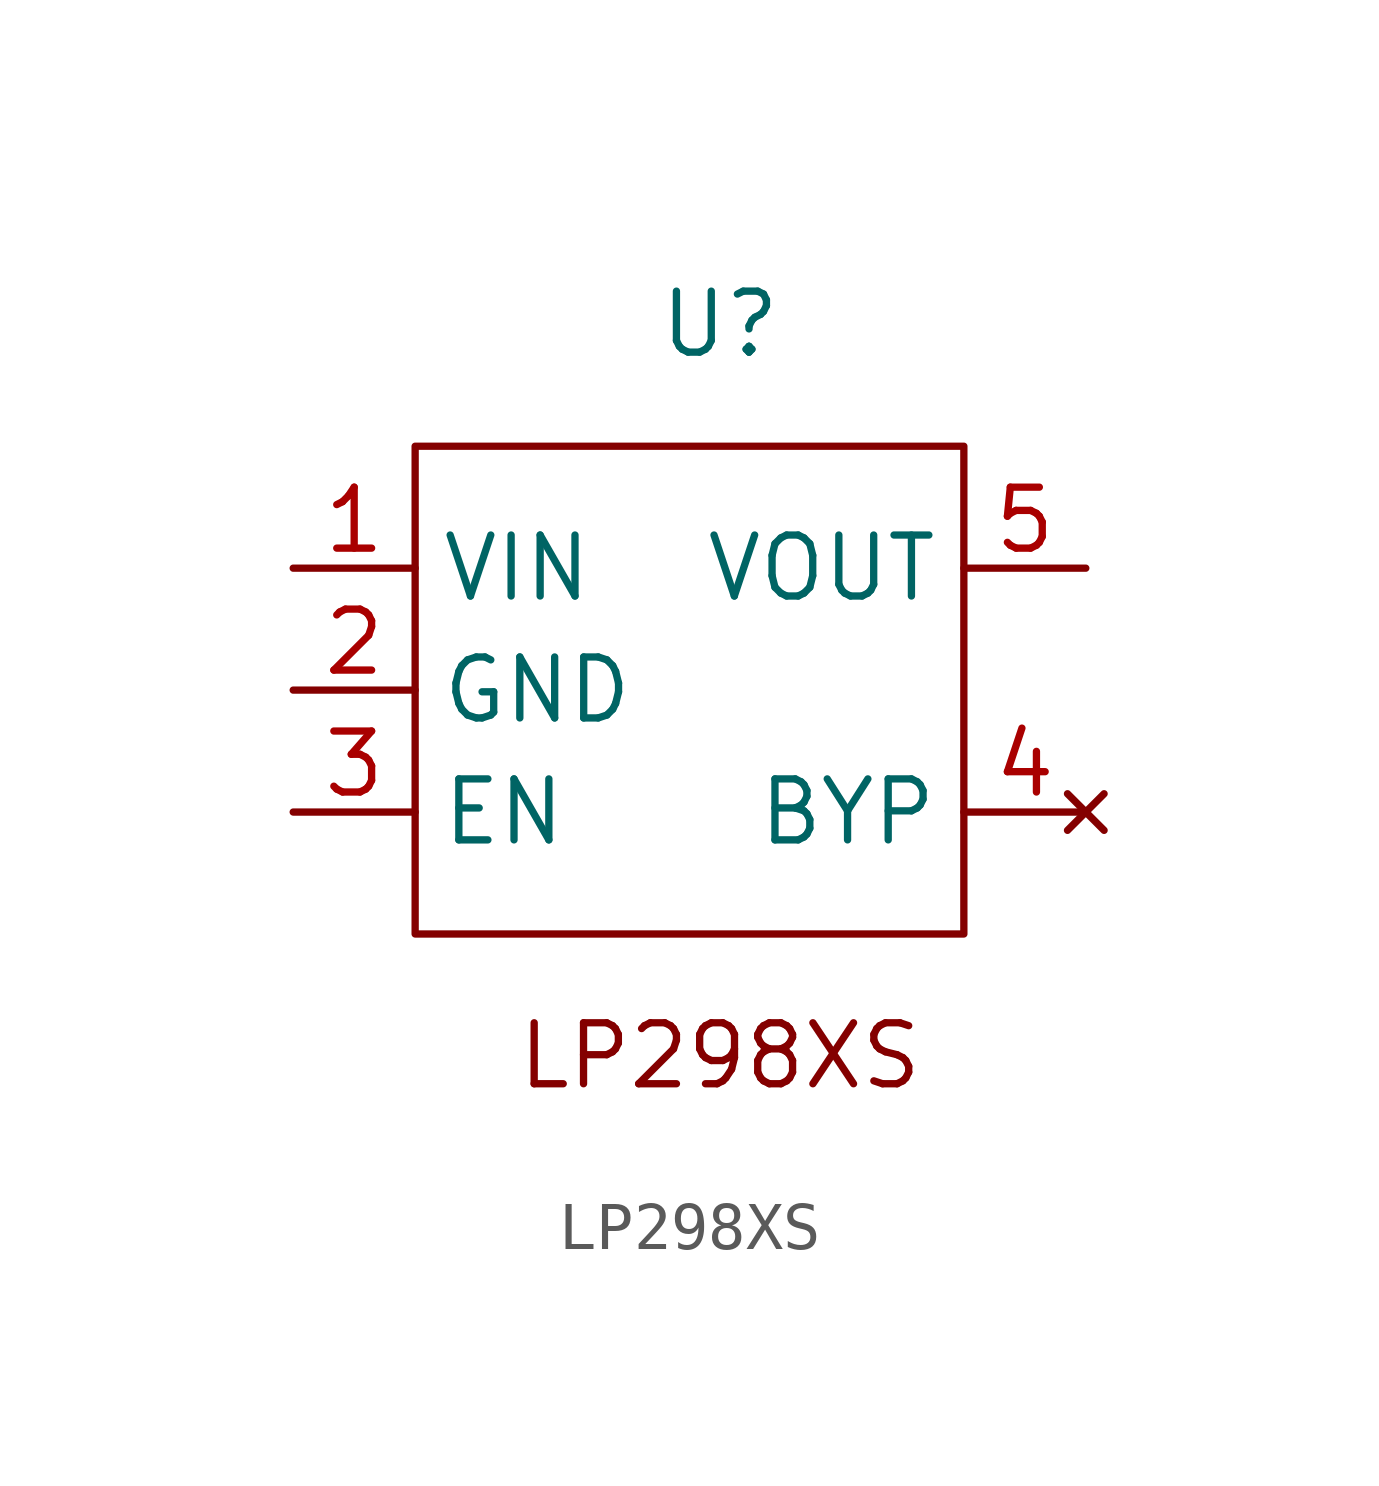
<source format=kicad_sym>
(kicad_symbol_lib
  (version 20220914)
  (generator kicad_symbol_editor)
  (symbol "LP298XS"
    (property "Reference" "U"
      (at 0 0 0)
      (effects (font (size 1.27 1.27))))
    (property "Value" ""
      (at 0 0 0)
      (effects (font (size 1.27 1.27))))
    (symbol "LP298XS_0_1"
      (rectangle (start -6.35 -2.54) (end 5.08 -12.7) (stroke (width 0) (type default)) (fill (type none))))
    (symbol "LP298XS_1_1"
      (text "LP298XS" (at 0 -15.24 0) (effects (font (size 1.27 1.27))))
      (pin power_in line (at -8.89 -5.08 0) (length 2.54) (name "VIN" (effects (font (size 1.27 1.27)))) (number "1" (effects (font (size 1.27 1.27)))))
      (pin power_in line (at -8.89 -7.62 0) (length 2.54) (name "GND" (effects (font (size 1.27 1.27)))) (number "2" (effects (font (size 1.27 1.27)))))
      (pin power_in line (at -8.89 -10.16 0) (length 2.54) (name "EN" (effects (font (size 1.27 1.27)))) (number "3" (effects (font (size 1.27 1.27)))))
      (pin no_connect line (at 7.62 -10.16 180) (length 2.54) (name "BYP" (effects (font (size 1.27 1.27)))) (number "4" (effects (font (size 1.27 1.27)))))
      (pin power_in line (at 7.62 -5.08 180) (length 2.54) (name "VOUT" (effects (font (size 1.27 1.27)))) (number "5" (effects (font (size 1.27 1.27))))))))
</source>
